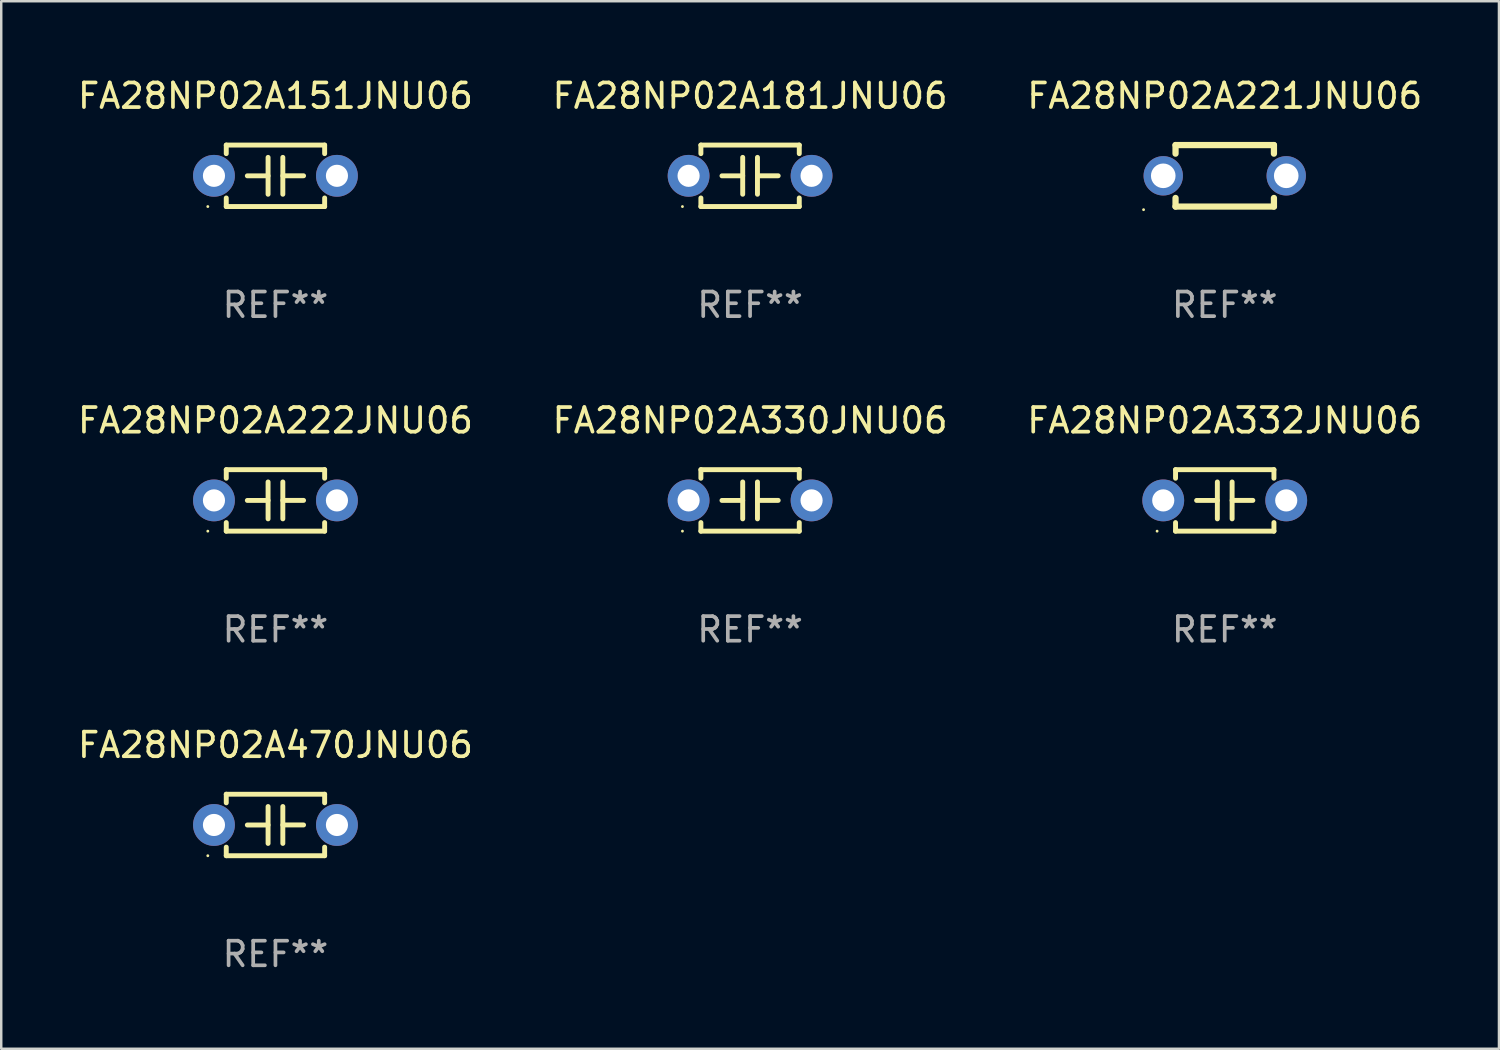
<source format=kicad_pcb>
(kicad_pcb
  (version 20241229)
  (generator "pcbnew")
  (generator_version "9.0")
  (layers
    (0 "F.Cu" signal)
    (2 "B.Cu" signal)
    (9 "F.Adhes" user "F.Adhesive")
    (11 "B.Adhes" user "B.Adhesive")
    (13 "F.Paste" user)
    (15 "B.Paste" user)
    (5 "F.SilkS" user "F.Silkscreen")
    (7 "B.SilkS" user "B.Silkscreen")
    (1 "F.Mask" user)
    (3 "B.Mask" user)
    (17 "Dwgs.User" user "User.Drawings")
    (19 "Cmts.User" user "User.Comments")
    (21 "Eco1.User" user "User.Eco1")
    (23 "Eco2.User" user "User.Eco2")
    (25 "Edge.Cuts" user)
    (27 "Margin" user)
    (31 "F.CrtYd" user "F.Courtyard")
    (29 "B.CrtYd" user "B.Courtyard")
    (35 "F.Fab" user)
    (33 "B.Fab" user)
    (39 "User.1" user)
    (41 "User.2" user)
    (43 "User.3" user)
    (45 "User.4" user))
  (footprint "FA28NP02A330JNU06"
    (layer "F.Cu")
    (at 27.446 17.295)
    (property "Reference" "FA28NP02A330JNU06" (at 0 -3.25 0) (layer "F.SilkS") (effects (font (size 1 1) (thickness 0.15))))
    (attr through_hole)
    (fp_line (start -2 -1.25) (end -2 -0.901) (stroke (width 0.2) (type solid)) (layer "F.SilkS"))
    (fp_line (start -2 -1.25) (end 2 -1.25) (stroke (width 0.2) (type solid)) (layer "F.SilkS"))
    (fp_line (start -2 0.901) (end -2 1.25) (stroke (width 0.2) (type solid)) (layer "F.SilkS"))
    (fp_line (start -0.3 -0.75) (end -0.3 0.75) (stroke (width 0.2) (type solid)) (layer "F.SilkS"))
    (fp_line (start -0.3 0.001) (end -1.143 0.001) (stroke (width 0.2) (type solid)) (layer "F.SilkS"))
    (fp_line (start 0.3 -0.001) (end 1.143 -0.001) (stroke (width 0.2) (type solid)) (layer "F.SilkS"))
    (fp_line (start 0.3 0.75) (end 0.3 -0.75) (stroke (width 0.2) (type solid)) (layer "F.SilkS"))
    (fp_line (start 2 -1.25) (end 2 -0.901) (stroke (width 0.2) (type solid)) (layer "F.SilkS"))
    (fp_line (start 2 0.901) (end 2 1.25) (stroke (width 0.2) (type solid)) (layer "F.SilkS"))
    (fp_line (start 2 1.25) (end -2 1.25) (stroke (width 0.2) (type solid)) (layer "F.SilkS"))
    (fp_circle (center -2.75 1.25) (end -2.72 1.25) (stroke (width 0.06) (type solid)) (fill no) (layer "F.SilkS"))
    (fp_text user "REF**" (at 0 5.25 0) (layer "F.Fab") (effects (font (size 1 1) (thickness 0.15))))
    (pad "1" thru_hole circle (at -2.5 0) (size 1.7 1.7) (drill 0.9) (layers "*.Cu" "*.Mask"))
    (pad "2" thru_hole circle (at 2.5 0) (size 1.7 1.7) (drill 0.9) (layers "*.Cu" "*.Mask")))
  (footprint "FA28NP02A222JNU06"
    (layer "F.Cu")
    (at 8.149 17.295)
    (property "Reference" "FA28NP02A222JNU06" (at 0 -3.25 0) (layer "F.SilkS") (effects (font (size 1 1) (thickness 0.15))))
    (attr through_hole)
    (fp_line (start -2 -1.25) (end -2 -0.901) (stroke (width 0.2) (type solid)) (layer "F.SilkS"))
    (fp_line (start -2 -1.25) (end 2 -1.25) (stroke (width 0.2) (type solid)) (layer "F.SilkS"))
    (fp_line (start -2 0.901) (end -2 1.25) (stroke (width 0.2) (type solid)) (layer "F.SilkS"))
    (fp_line (start -0.3 -0.75) (end -0.3 0.75) (stroke (width 0.2) (type solid)) (layer "F.SilkS"))
    (fp_line (start -0.3 0.001) (end -1.143 0.001) (stroke (width 0.2) (type solid)) (layer "F.SilkS"))
    (fp_line (start 0.3 -0.001) (end 1.143 -0.001) (stroke (width 0.2) (type solid)) (layer "F.SilkS"))
    (fp_line (start 0.3 0.75) (end 0.3 -0.75) (stroke (width 0.2) (type solid)) (layer "F.SilkS"))
    (fp_line (start 2 -1.25) (end 2 -0.901) (stroke (width 0.2) (type solid)) (layer "F.SilkS"))
    (fp_line (start 2 0.901) (end 2 1.25) (stroke (width 0.2) (type solid)) (layer "F.SilkS"))
    (fp_line (start 2 1.25) (end -2 1.25) (stroke (width 0.2) (type solid)) (layer "F.SilkS"))
    (fp_circle (center -2.75 1.25) (end -2.72 1.25) (stroke (width 0.06) (type solid)) (fill no) (layer "F.SilkS"))
    (fp_text user "REF**" (at 0 5.25 0) (layer "F.Fab") (effects (font (size 1 1) (thickness 0.15))))
    (pad "1" thru_hole circle (at -2.5 0) (size 1.7 1.7) (drill 0.9) (layers "*.Cu" "*.Mask"))
    (pad "2" thru_hole circle (at 2.5 0) (size 1.7 1.7) (drill 0.9) (layers "*.Cu" "*.Mask")))
  (footprint "FA28NP02A470JNU06"
    (layer "F.Cu")
    (at 8.149 30.491)
    (property "Reference" "FA28NP02A470JNU06" (at 0 -3.25 0) (layer "F.SilkS") (effects (font (size 1 1) (thickness 0.15))))
    (attr through_hole)
    (fp_line (start -2 -1.25) (end -2 -0.901) (stroke (width 0.2) (type solid)) (layer "F.SilkS"))
    (fp_line (start -2 -1.25) (end 2 -1.25) (stroke (width 0.2) (type solid)) (layer "F.SilkS"))
    (fp_line (start -2 0.901) (end -2 1.25) (stroke (width 0.2) (type solid)) (layer "F.SilkS"))
    (fp_line (start -0.3 -0.75) (end -0.3 0.75) (stroke (width 0.2) (type solid)) (layer "F.SilkS"))
    (fp_line (start -0.3 0.001) (end -1.143 0.001) (stroke (width 0.2) (type solid)) (layer "F.SilkS"))
    (fp_line (start 0.3 -0.001) (end 1.143 -0.001) (stroke (width 0.2) (type solid)) (layer "F.SilkS"))
    (fp_line (start 0.3 0.75) (end 0.3 -0.75) (stroke (width 0.2) (type solid)) (layer "F.SilkS"))
    (fp_line (start 2 -1.25) (end 2 -0.901) (stroke (width 0.2) (type solid)) (layer "F.SilkS"))
    (fp_line (start 2 0.901) (end 2 1.25) (stroke (width 0.2) (type solid)) (layer "F.SilkS"))
    (fp_line (start 2 1.25) (end -2 1.25) (stroke (width 0.2) (type solid)) (layer "F.SilkS"))
    (fp_circle (center -2.75 1.25) (end -2.72 1.25) (stroke (width 0.06) (type solid)) (fill no) (layer "F.SilkS"))
    (fp_text user "REF**" (at 0 5.25 0) (layer "F.Fab") (effects (font (size 1 1) (thickness 0.15))))
    (pad "1" thru_hole circle (at -2.5 0) (size 1.7 1.7) (drill 0.9) (layers "*.Cu" "*.Mask"))
    (pad "2" thru_hole circle (at 2.5 0) (size 1.7 1.7) (drill 0.9) (layers "*.Cu" "*.Mask")))
  (footprint "FA28NP02A151JNU06"
    (layer "F.Cu")
    (at 8.149 4.098)
    (property "Reference" "FA28NP02A151JNU06" (at 0 -3.25 0) (layer "F.SilkS") (effects (font (size 1 1) (thickness 0.15))))
    (attr through_hole)
    (fp_line (start -2 -1.25) (end -2 -0.901) (stroke (width 0.2) (type solid)) (layer "F.SilkS"))
    (fp_line (start -2 -1.25) (end 2 -1.25) (stroke (width 0.2) (type solid)) (layer "F.SilkS"))
    (fp_line (start -2 0.901) (end -2 1.25) (stroke (width 0.2) (type solid)) (layer "F.SilkS"))
    (fp_line (start -0.3 -0.75) (end -0.3 0.75) (stroke (width 0.2) (type solid)) (layer "F.SilkS"))
    (fp_line (start -0.3 0.001) (end -1.143 0.001) (stroke (width 0.2) (type solid)) (layer "F.SilkS"))
    (fp_line (start 0.3 -0.001) (end 1.143 -0.001) (stroke (width 0.2) (type solid)) (layer "F.SilkS"))
    (fp_line (start 0.3 0.75) (end 0.3 -0.75) (stroke (width 0.2) (type solid)) (layer "F.SilkS"))
    (fp_line (start 2 -1.25) (end 2 -0.901) (stroke (width 0.2) (type solid)) (layer "F.SilkS"))
    (fp_line (start 2 0.901) (end 2 1.25) (stroke (width 0.2) (type solid)) (layer "F.SilkS"))
    (fp_line (start 2 1.25) (end -2 1.25) (stroke (width 0.2) (type solid)) (layer "F.SilkS"))
    (fp_circle (center -2.75 1.25) (end -2.72 1.25) (stroke (width 0.06) (type solid)) (fill no) (layer "F.SilkS"))
    (fp_text user "REF**" (at 0 5.25 0) (layer "F.Fab") (effects (font (size 1 1) (thickness 0.15))))
    (pad "1" thru_hole circle (at -2.5 0) (size 1.7 1.7) (drill 0.9) (layers "*.Cu" "*.Mask"))
    (pad "2" thru_hole circle (at 2.5 0) (size 1.7 1.7) (drill 0.9) (layers "*.Cu" "*.Mask")))
  (footprint "FA28NP02A221JNU06"
    (layer "F.Cu")
    (at 46.744 4.098)
    (property "Reference" "FA28NP02A221JNU06" (at 0 -3.25 0) (layer "F.SilkS") (effects (font (size 1 1) (thickness 0.15))))
    (attr through_hole)
    (fp_line (start -2 -1.25) (end -2 -0.901) (stroke (width 0.254) (type solid)) (layer "F.SilkS"))
    (fp_line (start -2 -1.25) (end 2 -1.25) (stroke (width 0.254) (type solid)) (layer "F.SilkS"))
    (fp_line (start -2 0.901) (end -2 1.25) (stroke (width 0.254) (type solid)) (layer "F.SilkS"))
    (fp_line (start 2 -1.25) (end 2 -0.901) (stroke (width 0.254) (type solid)) (layer "F.SilkS"))
    (fp_line (start 2 0.901) (end 2 1.25) (stroke (width 0.254) (type solid)) (layer "F.SilkS"))
    (fp_line (start 2 1.25) (end -2 1.25) (stroke (width 0.254) (type solid)) (layer "F.SilkS"))
    (fp_circle (center -3.3 1.377) (end -3.27 1.377) (stroke (width 0.06) (type solid)) (fill no) (layer "F.SilkS"))
    (fp_text user "REF**" (at 0 5.25 0) (layer "F.Fab") (effects (font (size 1 1) (thickness 0.15))))
    (pad "1" thru_hole circle (at -2.5 0) (size 1.6 1.6) (drill 1) (layers "*.Cu" "*.Mask"))
    (pad "2" thru_hole circle (at 2.5 0) (size 1.6 1.6) (drill 1) (layers "*.Cu" "*.Mask")))
  (footprint "FA28NP02A332JNU06"
    (layer "F.Cu")
    (at 46.744 17.295)
    (property "Reference" "FA28NP02A332JNU06" (at 0 -3.25 0) (layer "F.SilkS") (effects (font (size 1 1) (thickness 0.15))))
    (attr through_hole)
    (fp_line (start -2 -1.25) (end -2 -0.901) (stroke (width 0.2) (type solid)) (layer "F.SilkS"))
    (fp_line (start -2 -1.25) (end 2 -1.25) (stroke (width 0.2) (type solid)) (layer "F.SilkS"))
    (fp_line (start -2 0.901) (end -2 1.25) (stroke (width 0.2) (type solid)) (layer "F.SilkS"))
    (fp_line (start -0.3 -0.75) (end -0.3 0.75) (stroke (width 0.2) (type solid)) (layer "F.SilkS"))
    (fp_line (start -0.3 0.001) (end -1.143 0.001) (stroke (width 0.2) (type solid)) (layer "F.SilkS"))
    (fp_line (start 0.3 -0.001) (end 1.143 -0.001) (stroke (width 0.2) (type solid)) (layer "F.SilkS"))
    (fp_line (start 0.3 0.75) (end 0.3 -0.75) (stroke (width 0.2) (type solid)) (layer "F.SilkS"))
    (fp_line (start 2 -1.25) (end 2 -0.901) (stroke (width 0.2) (type solid)) (layer "F.SilkS"))
    (fp_line (start 2 0.901) (end 2 1.25) (stroke (width 0.2) (type solid)) (layer "F.SilkS"))
    (fp_line (start 2 1.25) (end -2 1.25) (stroke (width 0.2) (type solid)) (layer "F.SilkS"))
    (fp_circle (center -2.75 1.25) (end -2.72 1.25) (stroke (width 0.06) (type solid)) (fill no) (layer "F.SilkS"))
    (fp_text user "REF**" (at 0 5.25 0) (layer "F.Fab") (effects (font (size 1 1) (thickness 0.15))))
    (pad "1" thru_hole circle (at -2.5 0) (size 1.7 1.7) (drill 0.9) (layers "*.Cu" "*.Mask"))
    (pad "2" thru_hole circle (at 2.5 0) (size 1.7 1.7) (drill 0.9) (layers "*.Cu" "*.Mask")))
  (footprint "FA28NP02A181JNU06"
    (layer "F.Cu")
    (at 27.446 4.098)
    (property "Reference" "FA28NP02A181JNU06" (at 0 -3.25 0) (layer "F.SilkS") (effects (font (size 1 1) (thickness 0.15))))
    (attr through_hole)
    (fp_line (start -2 -1.25) (end -2 -0.901) (stroke (width 0.2) (type solid)) (layer "F.SilkS"))
    (fp_line (start -2 -1.25) (end 2 -1.25) (stroke (width 0.2) (type solid)) (layer "F.SilkS"))
    (fp_line (start -2 0.901) (end -2 1.25) (stroke (width 0.2) (type solid)) (layer "F.SilkS"))
    (fp_line (start -0.3 -0.75) (end -0.3 0.75) (stroke (width 0.2) (type solid)) (layer "F.SilkS"))
    (fp_line (start -0.3 0.001) (end -1.143 0.001) (stroke (width 0.2) (type solid)) (layer "F.SilkS"))
    (fp_line (start 0.3 -0.001) (end 1.143 -0.001) (stroke (width 0.2) (type solid)) (layer "F.SilkS"))
    (fp_line (start 0.3 0.75) (end 0.3 -0.75) (stroke (width 0.2) (type solid)) (layer "F.SilkS"))
    (fp_line (start 2 -1.25) (end 2 -0.901) (stroke (width 0.2) (type solid)) (layer "F.SilkS"))
    (fp_line (start 2 0.901) (end 2 1.25) (stroke (width 0.2) (type solid)) (layer "F.SilkS"))
    (fp_line (start 2 1.25) (end -2 1.25) (stroke (width 0.2) (type solid)) (layer "F.SilkS"))
    (fp_circle (center -2.75 1.25) (end -2.72 1.25) (stroke (width 0.06) (type solid)) (fill no) (layer "F.SilkS"))
    (fp_text user "REF**" (at 0 5.25 0) (layer "F.Fab") (effects (font (size 1 1) (thickness 0.15))))
    (pad "1" thru_hole circle (at -2.5 0) (size 1.7 1.7) (drill 0.9) (layers "*.Cu" "*.Mask"))
    (pad "2" thru_hole circle (at 2.5 0) (size 1.7 1.7) (drill 0.9) (layers "*.Cu" "*.Mask")))
  (gr_rect
    (start -3 -3)
    (end 57.893 39.59)
    (stroke (width 0.1) (type default))
    (fill no)
    (layer "Edge.Cuts")))
</source>
